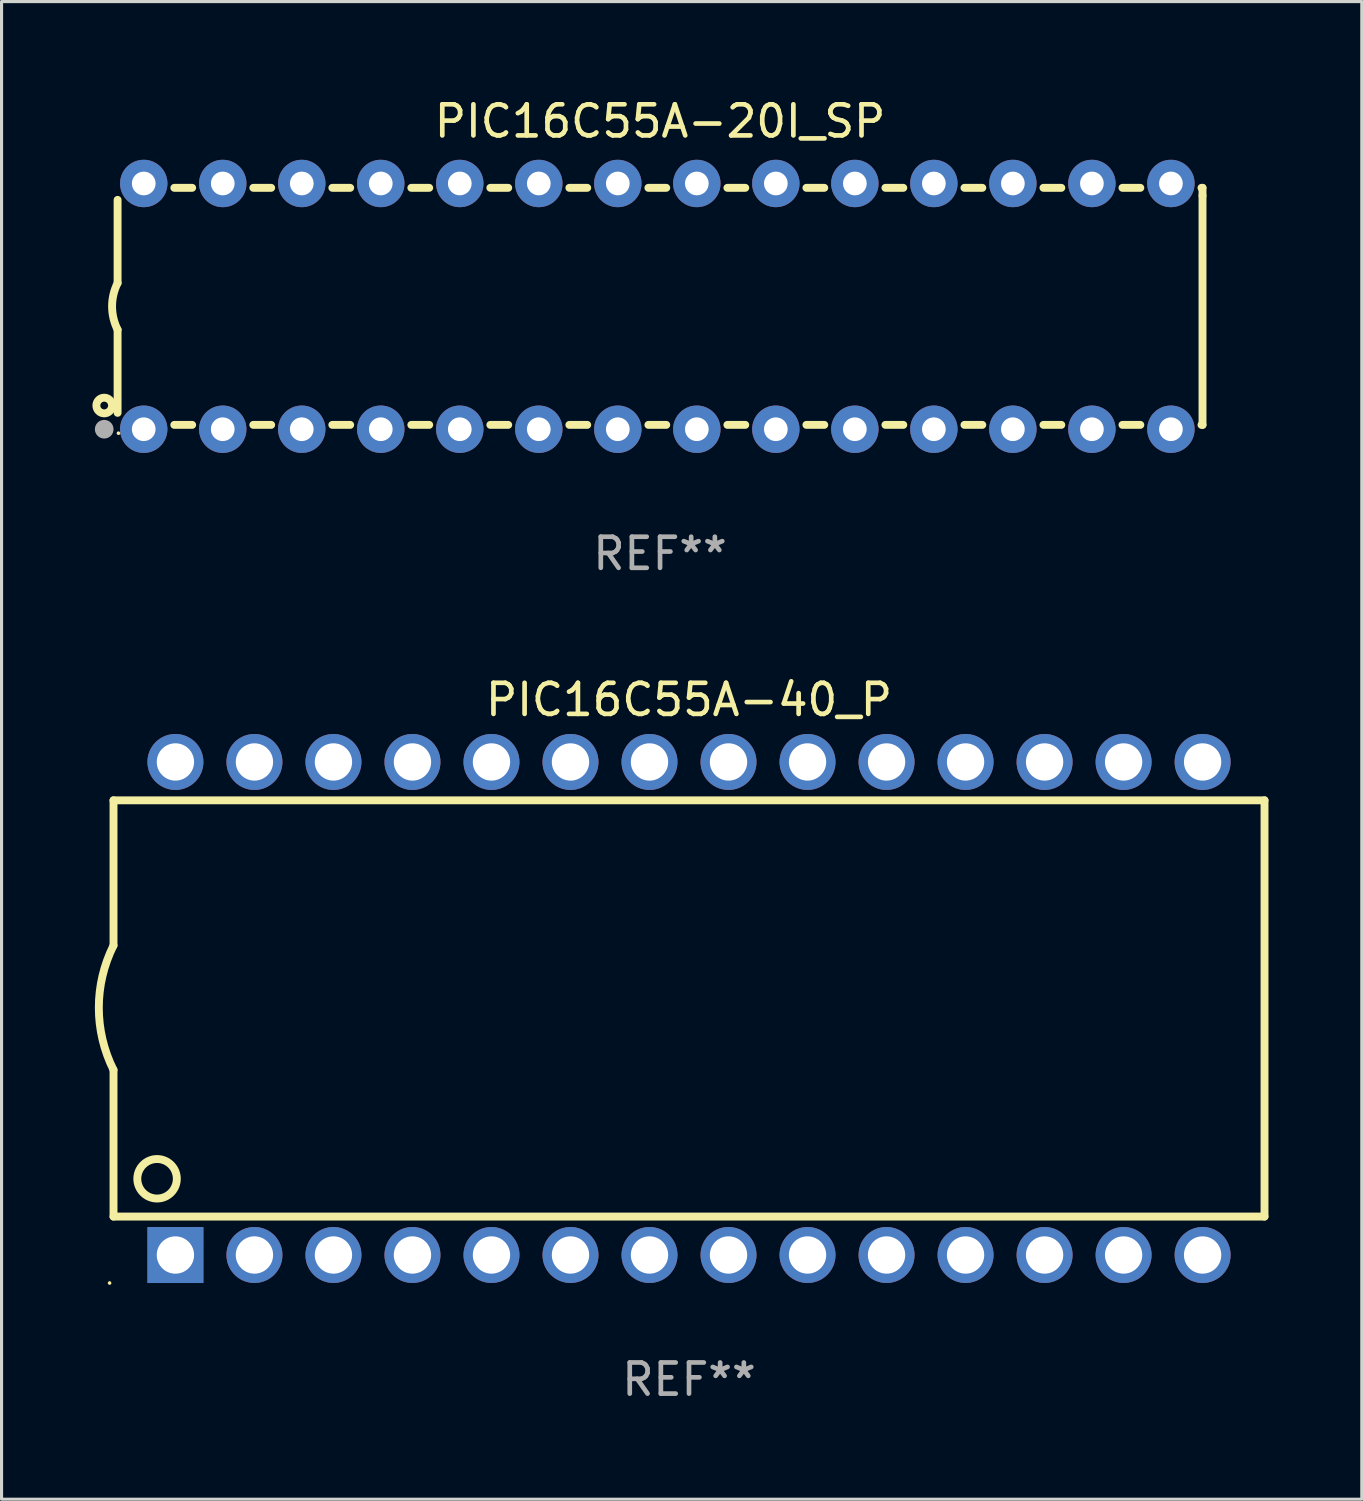
<source format=kicad_pcb>
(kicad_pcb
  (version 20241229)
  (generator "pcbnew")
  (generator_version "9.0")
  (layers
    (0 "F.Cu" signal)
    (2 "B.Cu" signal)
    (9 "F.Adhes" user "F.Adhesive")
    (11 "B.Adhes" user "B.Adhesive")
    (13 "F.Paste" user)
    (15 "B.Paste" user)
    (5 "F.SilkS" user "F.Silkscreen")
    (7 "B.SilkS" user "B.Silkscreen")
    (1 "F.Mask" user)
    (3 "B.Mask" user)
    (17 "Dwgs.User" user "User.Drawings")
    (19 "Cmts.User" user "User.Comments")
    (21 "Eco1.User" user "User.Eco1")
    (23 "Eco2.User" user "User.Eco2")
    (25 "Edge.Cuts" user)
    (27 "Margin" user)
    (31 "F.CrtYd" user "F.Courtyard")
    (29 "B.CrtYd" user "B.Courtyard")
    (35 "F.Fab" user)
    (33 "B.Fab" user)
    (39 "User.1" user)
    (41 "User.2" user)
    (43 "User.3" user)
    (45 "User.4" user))
  (footprint "PIC16C55A-40_P"
    (layer "F.Cu")
    (at 19.099 29.369)
    (property "Reference" "PIC16C55A-40_P" (at 0 -9.925 0) (layer "F.SilkS") (effects (font (size 1 1) (thickness 0.15))))
    (attr through_hole)
    (fp_line (start -18.5 -6.692) (end -18.5 -2.026) (stroke (width 0.254) (type solid)) (layer "F.SilkS"))
    (fp_line (start -18.5 6.689) (end -18.5 1.974) (stroke (width 0.254) (type solid)) (layer "F.SilkS"))
    (fp_line (start -18.5 6.689) (end 18.5 6.689) (stroke (width 0.254) (type solid)) (layer "F.SilkS"))
    (fp_line (start 18.5 -6.692) (end -18.5 -6.692) (stroke (width 0.254) (type solid)) (layer "F.SilkS"))
    (fp_line (start 18.5 6.689) (end 18.5 -6.692) (stroke (width 0.254) (type solid)) (layer "F.SilkS"))
    (fp_arc (start -18.500051 1.974346) (mid -18.972187 -0.025654) (end -18.500051 -2.025654) (stroke (width 0.254001) (type solid)) (layer "F.SilkS"))
    (fp_circle (center -18.627 8.824) (end -18.597 8.824) (stroke (width 0.06) (type solid)) (fill no) (layer "F.SilkS"))
    (fp_circle (center -17.1 5.474) (end -16.465 5.474) (stroke (width 0.254) (type solid)) (fill no) (layer "F.SilkS"))
    (fp_text user "REF**" (at 0 11.925 0) (layer "F.Fab") (effects (font (size 1 1) (thickness 0.15))))
    (pad "1" thru_hole rect (at -16.51 7.925) (size 1.8 1.8) (drill 1.2) (layers "*.Cu" "*.Mask"))
    (pad "2" thru_hole circle (at -13.97 7.924) (size 1.8 1.8) (drill 1.2) (layers "*.Cu" "*.Mask"))
    (pad "3" thru_hole circle (at -11.43 7.924) (size 1.8 1.8) (drill 1.2) (layers "*.Cu" "*.Mask"))
    (pad "4" thru_hole circle (at -8.89 7.924) (size 1.8 1.8) (drill 1.2) (layers "*.Cu" "*.Mask"))
    (pad "5" thru_hole circle (at -6.35 7.924) (size 1.8 1.8) (drill 1.2) (layers "*.Cu" "*.Mask"))
    (pad "6" thru_hole circle (at -3.81 7.924) (size 1.8 1.8) (drill 1.2) (layers "*.Cu" "*.Mask"))
    (pad "7" thru_hole circle (at -1.27 7.924) (size 1.8 1.8) (drill 1.2) (layers "*.Cu" "*.Mask"))
    (pad "8" thru_hole circle (at 1.27 7.924) (size 1.8 1.8) (drill 1.2) (layers "*.Cu" "*.Mask"))
    (pad "9" thru_hole circle (at 3.81 7.924) (size 1.8 1.8) (drill 1.2) (layers "*.Cu" "*.Mask"))
    (pad "10" thru_hole circle (at 6.35 7.924) (size 1.8 1.8) (drill 1.2) (layers "*.Cu" "*.Mask"))
    (pad "11" thru_hole circle (at 8.89 7.924) (size 1.8 1.8) (drill 1.2) (layers "*.Cu" "*.Mask"))
    (pad "12" thru_hole circle (at 11.43 7.924) (size 1.8 1.8) (drill 1.2) (layers "*.Cu" "*.Mask"))
    (pad "13" thru_hole circle (at 13.97 7.924) (size 1.8 1.8) (drill 1.2) (layers "*.Cu" "*.Mask"))
    (pad "14" thru_hole circle (at 16.51 7.924) (size 1.8 1.8) (drill 1.2) (layers "*.Cu" "*.Mask"))
    (pad "15" thru_hole circle (at 16.51 -7.925) (size 1.8 1.8) (drill 1.2) (layers "*.Cu" "*.Mask"))
    (pad "16" thru_hole circle (at 13.97 -7.925) (size 1.8 1.8) (drill 1.2) (layers "*.Cu" "*.Mask"))
    (pad "17" thru_hole circle (at 11.43 -7.925) (size 1.8 1.8) (drill 1.2) (layers "*.Cu" "*.Mask"))
    (pad "18" thru_hole circle (at 8.89 -7.925) (size 1.8 1.8) (drill 1.2) (layers "*.Cu" "*.Mask"))
    (pad "19" thru_hole circle (at 6.35 -7.925) (size 1.8 1.8) (drill 1.2) (layers "*.Cu" "*.Mask"))
    (pad "20" thru_hole circle (at 3.81 -7.925) (size 1.8 1.8) (drill 1.2) (layers "*.Cu" "*.Mask"))
    (pad "21" thru_hole circle (at 1.27 -7.925) (size 1.8 1.8) (drill 1.2) (layers "*.Cu" "*.Mask"))
    (pad "22" thru_hole circle (at -1.27 -7.925) (size 1.8 1.8) (drill 1.2) (layers "*.Cu" "*.Mask"))
    (pad "23" thru_hole circle (at -3.81 -7.925) (size 1.8 1.8) (drill 1.2) (layers "*.Cu" "*.Mask"))
    (pad "24" thru_hole circle (at -6.35 -7.925) (size 1.8 1.8) (drill 1.2) (layers "*.Cu" "*.Mask"))
    (pad "25" thru_hole circle (at -8.89 -7.925) (size 1.8 1.8) (drill 1.2) (layers "*.Cu" "*.Mask"))
    (pad "26" thru_hole circle (at -11.43 -7.925) (size 1.8 1.8) (drill 1.2) (layers "*.Cu" "*.Mask"))
    (pad "27" thru_hole circle (at -13.97 -7.925) (size 1.8 1.8) (drill 1.2) (layers "*.Cu" "*.Mask"))
    (pad "28" thru_hole circle (at -16.51 -7.925) (size 1.8 1.8) (drill 1.2) (layers "*.Cu" "*.Mask")))
  (footprint "PIC16C55A-20I_SP"
    (layer "F.Cu")
    (at 18.168 6.798)
    (property "Reference" "PIC16C55A-20I_SP" (at 0 -5.95 0) (layer "F.SilkS") (effects (font (size 1 1) (thickness 0.15))))
    (attr through_hole)
    (fp_line (start -17.438 0.75) (end -17.438 3.423) (stroke (width 0.254) (type solid)) (layer "F.SilkS"))
    (fp_line (start -17.438 -3.423) (end -17.438 -0.75) (stroke (width 0.254) (type solid)) (layer "F.SilkS"))
    (fp_line (start -15.615 3.81) (end -15.041 3.81) (stroke (width 0.254) (type solid)) (layer "F.SilkS"))
    (fp_line (start -15.041 -3.81) (end -15.614 -3.81) (stroke (width 0.254) (type solid)) (layer "F.SilkS"))
    (fp_line (start -13.075 3.81) (end -12.501 3.81) (stroke (width 0.254) (type solid)) (layer "F.SilkS"))
    (fp_line (start -12.501 -3.81) (end -13.074 -3.81) (stroke (width 0.254) (type solid)) (layer "F.SilkS"))
    (fp_line (start -10.535 3.81) (end -9.961 3.81) (stroke (width 0.254) (type solid)) (layer "F.SilkS"))
    (fp_line (start -9.961 -3.81) (end -10.534 -3.81) (stroke (width 0.254) (type solid)) (layer "F.SilkS"))
    (fp_line (start -7.995 3.81) (end -7.421 3.81) (stroke (width 0.254) (type solid)) (layer "F.SilkS"))
    (fp_line (start -7.421 -3.81) (end -7.995 -3.81) (stroke (width 0.254) (type solid)) (layer "F.SilkS"))
    (fp_line (start -5.455 3.81) (end -4.881 3.81) (stroke (width 0.254) (type solid)) (layer "F.SilkS"))
    (fp_line (start -4.881 -3.81) (end -5.455 -3.81) (stroke (width 0.254) (type solid)) (layer "F.SilkS"))
    (fp_line (start -2.915 3.81) (end -2.341 3.81) (stroke (width 0.254) (type solid)) (layer "F.SilkS"))
    (fp_line (start -2.341 -3.81) (end -2.915 -3.81) (stroke (width 0.254) (type solid)) (layer "F.SilkS"))
    (fp_line (start -0.375 3.81) (end 0.199 3.81) (stroke (width 0.254) (type solid)) (layer "F.SilkS"))
    (fp_line (start 0.199 -3.81) (end -0.375 -3.81) (stroke (width 0.254) (type solid)) (layer "F.SilkS"))
    (fp_line (start 2.165 3.81) (end 2.739 3.81) (stroke (width 0.254) (type solid)) (layer "F.SilkS"))
    (fp_line (start 2.739 -3.81) (end 2.165 -3.81) (stroke (width 0.254) (type solid)) (layer "F.SilkS"))
    (fp_line (start 4.705 3.81) (end 5.279 3.81) (stroke (width 0.254) (type solid)) (layer "F.SilkS"))
    (fp_line (start 5.279 -3.81) (end 4.705 -3.81) (stroke (width 0.254) (type solid)) (layer "F.SilkS"))
    (fp_line (start 7.245 3.81) (end 7.819 3.81) (stroke (width 0.254) (type solid)) (layer "F.SilkS"))
    (fp_line (start 7.819 -3.81) (end 7.245 -3.81) (stroke (width 0.254) (type solid)) (layer "F.SilkS"))
    (fp_line (start 9.785 3.81) (end 10.359 3.81) (stroke (width 0.254) (type solid)) (layer "F.SilkS"))
    (fp_line (start 10.359 -3.81) (end 9.785 -3.81) (stroke (width 0.254) (type solid)) (layer "F.SilkS"))
    (fp_line (start 12.325 3.81) (end 12.899 3.81) (stroke (width 0.254) (type solid)) (layer "F.SilkS"))
    (fp_line (start 12.899 -3.81) (end 12.325 -3.81) (stroke (width 0.254) (type solid)) (layer "F.SilkS"))
    (fp_line (start 14.865 3.81) (end 15.439 3.81) (stroke (width 0.254) (type solid)) (layer "F.SilkS"))
    (fp_line (start 15.439 -3.81) (end 14.865 -3.81) (stroke (width 0.254) (type solid)) (layer "F.SilkS"))
    (fp_line (start 17.405 3.81) (end 17.438 3.81) (stroke (width 0.254) (type solid)) (layer "F.SilkS"))
    (fp_line (start 17.438 -3.81) (end 17.405 -3.81) (stroke (width 0.254) (type solid)) (layer "F.SilkS"))
    (fp_line (start 17.438 -3.556) (end 17.438 -3.81) (stroke (width 0.254) (type solid)) (layer "F.SilkS"))
    (fp_line (start 17.438 3.81) (end 17.438 -3.556) (stroke (width 0.254) (type solid)) (layer "F.SilkS"))
    (fp_arc (start -17.437986 0.749657) (mid -17.614887 -0.000024) (end -17.437783 -0.749657) (stroke (width 0.254001) (type solid)) (layer "F.SilkS"))
    (fp_circle (center -17.868 3.188) (end -17.743 3.188) (stroke (width 0.254) (type solid)) (fill no) (layer "F.SilkS"))
    (fp_circle (center -17.411 4.077) (end -17.381 4.077) (stroke (width 0.06) (type solid)) (fill no) (layer "F.SilkS"))
    (fp_circle (center -17.868 3.95) (end -17.718 3.95) (stroke (width 0.3) (type solid)) (fill no) (layer "F.Fab"))
    (fp_text user "REF**" (at 0 7.95 0) (layer "F.Fab") (effects (font (size 1 1) (thickness 0.15))))
    (pad "1" thru_hole circle (at -16.598 3.95) (size 1.524 1.524) (drill 0.762) (layers "*.Cu" "*.Mask"))
    (pad "2" thru_hole circle (at -14.058 3.95) (size 1.524 1.524) (drill 0.762) (layers "*.Cu" "*.Mask"))
    (pad "3" thru_hole circle (at -11.518 3.95) (size 1.524 1.524) (drill 0.762) (layers "*.Cu" "*.Mask"))
    (pad "4" thru_hole circle (at -8.978 3.95) (size 1.524 1.524) (drill 0.762) (layers "*.Cu" "*.Mask"))
    (pad "5" thru_hole circle (at -6.438 3.95) (size 1.524 1.524) (drill 0.762) (layers "*.Cu" "*.Mask"))
    (pad "6" thru_hole circle (at -3.898 3.95) (size 1.524 1.524) (drill 0.762) (layers "*.Cu" "*.Mask"))
    (pad "7" thru_hole circle (at -1.358 3.95) (size 1.524 1.524) (drill 0.762) (layers "*.Cu" "*.Mask"))
    (pad "8" thru_hole circle (at 1.182 3.95) (size 1.524 1.524) (drill 0.762) (layers "*.Cu" "*.Mask"))
    (pad "9" thru_hole circle (at 3.722 3.95) (size 1.524 1.524) (drill 0.762) (layers "*.Cu" "*.Mask"))
    (pad "10" thru_hole circle (at 6.262 3.95) (size 1.524 1.524) (drill 0.762) (layers "*.Cu" "*.Mask"))
    (pad "11" thru_hole circle (at 8.802 3.95) (size 1.524 1.524) (drill 0.762) (layers "*.Cu" "*.Mask"))
    (pad "12" thru_hole circle (at 11.342 3.95) (size 1.524 1.524) (drill 0.762) (layers "*.Cu" "*.Mask"))
    (pad "13" thru_hole circle (at 13.882 3.95) (size 1.524 1.524) (drill 0.762) (layers "*.Cu" "*.Mask"))
    (pad "14" thru_hole circle (at 16.422 3.95) (size 1.524 1.524) (drill 0.762) (layers "*.Cu" "*.Mask"))
    (pad "15" thru_hole circle (at 16.422 -3.95) (size 1.524 1.524) (drill 0.762) (layers "*.Cu" "*.Mask"))
    (pad "16" thru_hole circle (at 13.882 -3.95) (size 1.524 1.524) (drill 0.762) (layers "*.Cu" "*.Mask"))
    (pad "17" thru_hole circle (at 11.342 -3.95) (size 1.524 1.524) (drill 0.762) (layers "*.Cu" "*.Mask"))
    (pad "18" thru_hole circle (at 8.802 -3.95) (size 1.524 1.524) (drill 0.762) (layers "*.Cu" "*.Mask"))
    (pad "19" thru_hole circle (at 6.262 -3.95) (size 1.524 1.524) (drill 0.762) (layers "*.Cu" "*.Mask"))
    (pad "20" thru_hole circle (at 3.722 -3.95) (size 1.524 1.524) (drill 0.762) (layers "*.Cu" "*.Mask"))
    (pad "21" thru_hole circle (at 1.182 -3.95) (size 1.524 1.524) (drill 0.762) (layers "*.Cu" "*.Mask"))
    (pad "22" thru_hole circle (at -1.358 -3.95) (size 1.524 1.524) (drill 0.762) (layers "*.Cu" "*.Mask"))
    (pad "23" thru_hole circle (at -3.898 -3.95) (size 1.524 1.524) (drill 0.762) (layers "*.Cu" "*.Mask"))
    (pad "24" thru_hole circle (at -6.438 -3.95) (size 1.524 1.524) (drill 0.762) (layers "*.Cu" "*.Mask"))
    (pad "25" thru_hole circle (at -8.978 -3.95) (size 1.524 1.524) (drill 0.762) (layers "*.Cu" "*.Mask"))
    (pad "26" thru_hole circle (at -11.517 -3.95) (size 1.524 1.524) (drill 0.762) (layers "*.Cu" "*.Mask"))
    (pad "27" thru_hole circle (at -14.057 -3.95) (size 1.524 1.524) (drill 0.762) (layers "*.Cu" "*.Mask"))
    (pad "28" thru_hole circle (at -16.597 -3.95) (size 1.524 1.524) (drill 0.762) (layers "*.Cu" "*.Mask")))
  (gr_rect
    (start -3 -3)
    (end 40.726 45.143)
    (stroke (width 0.1) (type default))
    (fill no)
    (layer "Edge.Cuts")))
</source>
